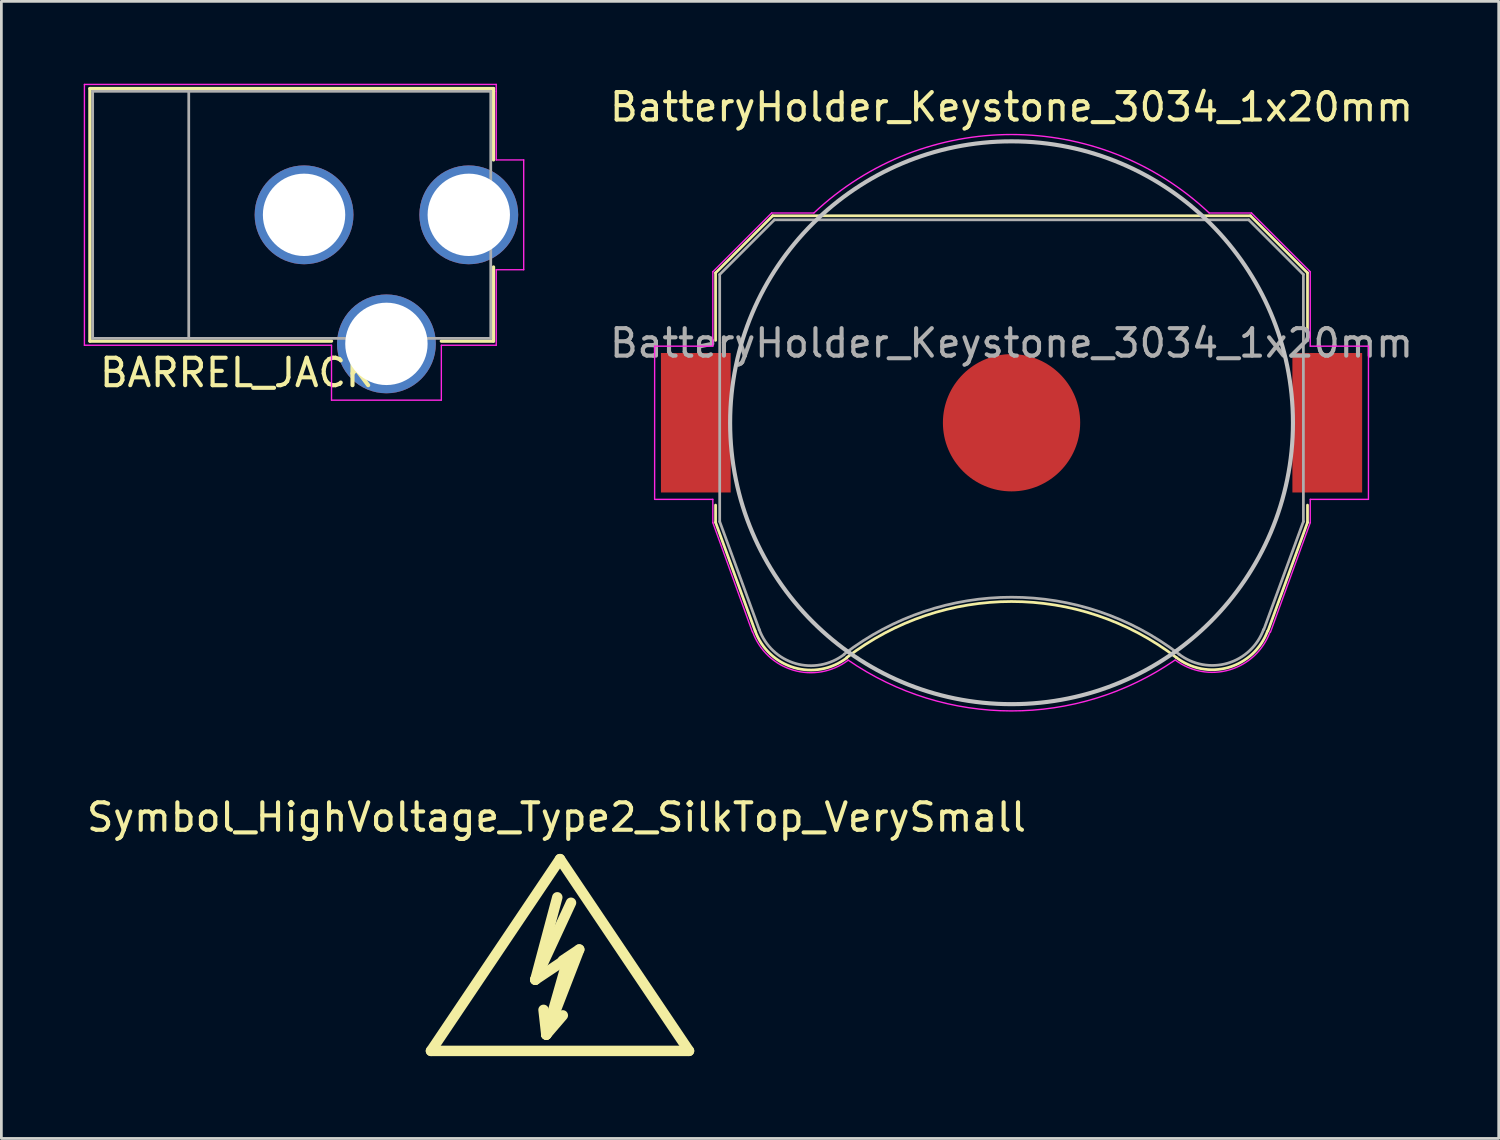
<source format=kicad_pcb>
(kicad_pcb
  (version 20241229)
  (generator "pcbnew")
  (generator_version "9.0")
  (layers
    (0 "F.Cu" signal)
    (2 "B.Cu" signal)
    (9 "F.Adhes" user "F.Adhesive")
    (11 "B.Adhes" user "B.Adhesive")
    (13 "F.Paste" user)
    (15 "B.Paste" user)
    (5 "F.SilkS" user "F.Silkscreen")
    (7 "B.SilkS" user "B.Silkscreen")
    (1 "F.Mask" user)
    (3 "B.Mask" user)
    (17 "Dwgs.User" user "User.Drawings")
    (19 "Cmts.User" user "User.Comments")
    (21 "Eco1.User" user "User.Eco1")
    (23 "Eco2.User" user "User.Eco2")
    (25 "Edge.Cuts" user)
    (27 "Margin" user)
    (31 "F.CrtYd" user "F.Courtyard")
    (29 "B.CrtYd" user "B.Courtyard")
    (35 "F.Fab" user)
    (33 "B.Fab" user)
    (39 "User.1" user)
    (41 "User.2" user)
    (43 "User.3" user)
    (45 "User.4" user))
  (footprint "BARREL_JACK"
    (layer "F.Cu")
    (at 14.025 4.775)
    (property "Reference" "BARREL_JACK" (at -8.45 5.75 180) (layer "F.SilkS") (effects (font (size 1 1) (thickness 0.15))))
    (attr through_hole)
    (fp_line (start -13.8 -4.6) (end 0.9 -4.6) (stroke (width 0.12) (type solid)) (layer "F.SilkS"))
    (fp_line (start -13.8 4.6) (end -13.8 -4.6) (stroke (width 0.12) (type solid)) (layer "F.SilkS"))
    (fp_line (start -5 4.6) (end -13.8 4.6) (stroke (width 0.12) (type solid)) (layer "F.SilkS"))
    (fp_line (start 0.9 -4.6) (end 0.9 -2) (stroke (width 0.12) (type solid)) (layer "F.SilkS"))
    (fp_line (start 0.9 1.9) (end 0.9 4.6) (stroke (width 0.12) (type solid)) (layer "F.SilkS"))
    (fp_line (start 0.9 4.6) (end -1 4.6) (stroke (width 0.12) (type solid)) (layer "F.SilkS"))
    (fp_line (start -14 4.75) (end -14 -4.75) (stroke (width 0.05) (type solid)) (layer "F.CrtYd"))
    (fp_line (start -5 4.75) (end -14 4.75) (stroke (width 0.05) (type solid)) (layer "F.CrtYd"))
    (fp_line (start -5 6.75) (end -5 4.75) (stroke (width 0.05) (type solid)) (layer "F.CrtYd"))
    (fp_line (start -1 4.75) (end -1 6.75) (stroke (width 0.05) (type solid)) (layer "F.CrtYd"))
    (fp_line (start -1 6.75) (end -5 6.75) (stroke (width 0.05) (type solid)) (layer "F.CrtYd"))
    (fp_line (start 1 -4.75) (end -14 -4.75) (stroke (width 0.05) (type solid)) (layer "F.CrtYd"))
    (fp_line (start 1 -4.5) (end 1 -4.75) (stroke (width 0.05) (type solid)) (layer "F.CrtYd"))
    (fp_line (start 1 -4.5) (end 1 -2) (stroke (width 0.05) (type solid)) (layer "F.CrtYd"))
    (fp_line (start 1 -2) (end 2 -2) (stroke (width 0.05) (type solid)) (layer "F.CrtYd"))
    (fp_line (start 1 2) (end 1 4.75) (stroke (width 0.05) (type solid)) (layer "F.CrtYd"))
    (fp_line (start 1 4.75) (end -1 4.75) (stroke (width 0.05) (type solid)) (layer "F.CrtYd"))
    (fp_line (start 2 -2) (end 2 2) (stroke (width 0.05) (type solid)) (layer "F.CrtYd"))
    (fp_line (start 2 2) (end 1 2) (stroke (width 0.05) (type solid)) (layer "F.CrtYd"))
    (fp_line (start -13.7 -4.5) (end -13.7 4.5) (stroke (width 0.1) (type solid)) (layer "F.Fab"))
    (fp_line (start -13.7 4.5) (end 0.8 4.5) (stroke (width 0.1) (type solid)) (layer "F.Fab"))
    (fp_line (start -10.2 -4.5) (end -10.2 4.5) (stroke (width 0.1) (type solid)) (layer "F.Fab"))
    (fp_line (start 0.8 -4.5) (end -13.7 -4.5) (stroke (width 0.1) (type solid)) (layer "F.Fab"))
    (fp_line (start 0.8 4.5) (end 0.8 -4.5) (stroke (width 0.1) (type solid)) (layer "F.Fab"))
    (pad "1" thru_hole circle (at 0 0) (size 3.6 3.6) (drill 3) (layers "*.Cu" "*.Mask"))
    (pad "2" thru_hole circle (at -6 0) (size 3.6 3.6) (drill 3) (layers "*.Cu" "*.Mask"))
    (pad "3" thru_hole circle (at -3 4.7) (size 3.6 3.6) (drill 3) (layers "*.Cu" "*.Mask")))
  (footprint "BatteryHolder_Keystone_3034_1x20mm"
    (layer "F.Cu")
    (at 33.794 12.348)
    (property "Reference" "BatteryHolder_Keystone_3034_1x20mm" (at 0 -11.5 0) (layer "F.SilkS") (effects (font (size 1 1) (thickness 0.15))))
    (attr smd)
    (fp_line (start -10.78 -5.46) (end -10.78 -3) (stroke (width 0.1) (type solid)) (layer "F.SilkS"))
    (fp_line (start -10.78 3) (end -10.78 3.63) (stroke (width 0.1) (type solid)) (layer "F.SilkS"))
    (fp_line (start -10.78 3.63) (end -9.34 7.58) (stroke (width 0.1) (type solid)) (layer "F.SilkS"))
    (fp_line (start -8.7 -7.54) (end -10.78 -5.46) (stroke (width 0.1) (type solid)) (layer "F.SilkS"))
    (fp_line (start 8.7 -7.54) (end -8.7 -7.54) (stroke (width 0.1) (type solid)) (layer "F.SilkS"))
    (fp_line (start 8.7 -7.54) (end 10.78 -5.46) (stroke (width 0.1) (type solid)) (layer "F.SilkS"))
    (fp_line (start 10.78 -5.46) (end 10.78 -3) (stroke (width 0.1) (type solid)) (layer "F.SilkS"))
    (fp_line (start 10.78 3) (end 10.78 3.63) (stroke (width 0.1) (type solid)) (layer "F.SilkS"))
    (fp_line (start 10.78 3.63) (end 9.34 7.58) (stroke (width 0.1) (type solid)) (layer "F.SilkS"))
    (fp_arc (start -6.0046 8.553536) (mid -0.002901 6.511341) (end 6 8.55) (stroke (width 0.1) (type solid)) (layer "F.SilkS"))
    (fp_arc (start -6.003354 8.56653) (mid -7.921654 8.918738) (end -9.34 7.58) (stroke (width 0.1) (type solid)) (layer "F.SilkS"))
    (fp_arc (start 9.325243 7.588169) (mid 7.90634 8.911668) (end 6 8.55) (stroke (width 0.1) (type solid)) (layer "F.SilkS"))
    (fp_circle (center 0 0) (end 0 10.25) (stroke (width 0.15) (type solid)) (fill no) (layer "Dwgs.User"))
    (fp_line (start -13 -2.79) (end -13 2.79) (stroke (width 0.05) (type solid)) (layer "F.CrtYd"))
    (fp_line (start -13 2.79) (end -10.88 2.79) (stroke (width 0.05) (type solid)) (layer "F.CrtYd"))
    (fp_line (start -10.88 -5.5) (end -10.88 -2.79) (stroke (width 0.05) (type solid)) (layer "F.CrtYd"))
    (fp_line (start -10.88 -2.79) (end -13 -2.79) (stroke (width 0.05) (type solid)) (layer "F.CrtYd"))
    (fp_line (start -10.88 2.79) (end -10.88 3.64) (stroke (width 0.05) (type solid)) (layer "F.CrtYd"))
    (fp_line (start -10.88 3.64) (end -9.44 7.62) (stroke (width 0.05) (type solid)) (layer "F.CrtYd"))
    (fp_line (start -8.74 -7.64) (end -10.88 -5.5) (stroke (width 0.05) (type solid)) (layer "F.CrtYd"))
    (fp_line (start -7.2 -7.64) (end -8.74 -7.64) (stroke (width 0.05) (type solid)) (layer "F.CrtYd"))
    (fp_line (start 8.74 -7.64) (end 7.2 -7.64) (stroke (width 0.05) (type solid)) (layer "F.CrtYd"))
    (fp_line (start 9.43 7.63) (end 10.88 3.64) (stroke (width 0.05) (type solid)) (layer "F.CrtYd"))
    (fp_line (start 10.88 -5.5) (end 8.74 -7.64) (stroke (width 0.05) (type solid)) (layer "F.CrtYd"))
    (fp_line (start 10.88 -2.79) (end 10.88 -5.5) (stroke (width 0.05) (type solid)) (layer "F.CrtYd"))
    (fp_line (start 10.88 2.79) (end 13 2.79) (stroke (width 0.05) (type solid)) (layer "F.CrtYd"))
    (fp_line (start 10.88 3.64) (end 10.88 2.79) (stroke (width 0.05) (type solid)) (layer "F.CrtYd"))
    (fp_line (start 13 -2.79) (end 10.88 -2.79) (stroke (width 0.05) (type solid)) (layer "F.CrtYd"))
    (fp_line (start 13 2.79) (end 13 -2.79) (stroke (width 0.05) (type solid)) (layer "F.CrtYd"))
    (fp_arc (start -7.199546 -7.640427) (mid 0.000312 -10.498075) (end 7.2 -7.64) (stroke (width 0.05) (type solid)) (layer "F.CrtYd"))
    (fp_arc (start -5.956965 8.654604) (mid -7.953941 9.011629) (end -9.43 7.62) (stroke (width 0.05) (type solid)) (layer "F.CrtYd"))
    (fp_arc (start 5.945368 8.650075) (mid -0.008883 10.496243) (end -5.96 8.64) (stroke (width 0.05) (type solid)) (layer "F.CrtYd"))
    (fp_arc (start 9.415144 7.621341) (mid 7.944017 9.000493) (end 5.96 8.64) (stroke (width 0.05) (type solid)) (layer "F.CrtYd"))
    (fp_line (start -10.63 -5.4) (end -8.64 -7.39) (stroke (width 0.1) (type solid)) (layer "F.Fab"))
    (fp_line (start -10.63 3.6) (end -10.63 -5.4) (stroke (width 0.1) (type solid)) (layer "F.Fab"))
    (fp_line (start -9.19 7.53) (end -10.63 3.6) (stroke (width 0.1) (type solid)) (layer "F.Fab"))
    (fp_line (start -8.64 -7.39) (end 8.64 -7.39) (stroke (width 0.1) (type solid)) (layer "F.Fab"))
    (fp_line (start 8.64 -7.39) (end 10.63 -5.4) (stroke (width 0.1) (type solid)) (layer "F.Fab"))
    (fp_line (start 10.63 -5.4) (end 10.63 3.6) (stroke (width 0.1) (type solid)) (layer "F.Fab"))
    (fp_line (start 10.63 3.6) (end 9.19 7.53) (stroke (width 0.1) (type solid)) (layer "F.Fab"))
    (fp_arc (start -6.096146 8.438508) (mid -7.87328 8.768206) (end -9.19 7.53) (stroke (width 0.1) (type solid)) (layer "F.Fab"))
    (fp_arc (start -6.094852 8.426043) (mid 0.003247 6.355257) (end 6.1 8.43) (stroke (width 0.1) (type solid)) (layer "F.Fab"))
    (fp_arc (start 9.180727 7.528882) (mid 7.868698 8.760067) (end 6.1 8.43) (stroke (width 0.1) (type solid)) (layer "F.Fab"))
    (fp_text user "${REFERENCE}" (at 0 -2.9 0) (layer "F.Fab") (effects (font (size 1 1) (thickness 0.15))))
    (pad "1" smd rect (at -11.5 0) (size 2.54 5.08) (layers "F.Cu" "F.Mask" "F.Paste"))
    (pad "1" smd rect (at 11.5 0) (size 2.54 5.08) (layers "F.Cu" "F.Mask" "F.Paste"))
    (pad "2" smd circle (at 0 0) (size 5 5) (layers "F.Cu" "F.Mask" "F.Paste")))
  (footprint "Symbol_HighVoltage_Type2_SilkTop_VerySmall"
    (layer "F.Cu")
    (at 17.347 32.433)
    (property "Reference" "Symbol_HighVoltage_Type2_SilkTop_VerySmall" (at -0.127 -5.715 0) (layer "F.SilkS") (effects (font (size 1 1) (thickness 0.15))))
    (attr exclude_from_pos_files exclude_from_bom)
    (fp_line (start -4.699 2.794) (end 0 -4.191) (stroke (width 0.381) (type solid)) (layer "F.SilkS"))
    (fp_line (start -0.899 0.201) (end 0.3 -0.599) (stroke (width 0.381) (type solid)) (layer "F.SilkS"))
    (fp_line (start -0.899 0.201) (end 0.401 -2.601) (stroke (width 0.381) (type solid)) (layer "F.SilkS"))
    (fp_line (start -0.498 2.2) (end -0.599 1.3) (stroke (width 0.381) (type solid)) (layer "F.SilkS"))
    (fp_line (start -0.498 2.2) (end 0.102 1.501) (stroke (width 0.381) (type solid)) (layer "F.SilkS"))
    (fp_line (start -0.498 2.2) (end 0.701 -0.899) (stroke (width 0.381) (type solid)) (layer "F.SilkS"))
    (fp_line (start -0.099 -2.799) (end -0.899 0.201) (stroke (width 0.381) (type solid)) (layer "F.SilkS"))
    (fp_line (start 0 -4.191) (end 4.699 2.794) (stroke (width 0.381) (type solid)) (layer "F.SilkS"))
    (fp_line (start 0.3 -0.599) (end -0.498 2.2) (stroke (width 0.381) (type solid)) (layer "F.SilkS"))
    (fp_line (start 0.701 -0.899) (end 0.102 -0.5) (stroke (width 0.381) (type solid)) (layer "F.SilkS"))
    (fp_line (start 4.699 2.794) (end -4.699 2.794) (stroke (width 0.381) (type solid)) (layer "F.SilkS")))
  (gr_rect
    (start -3 -3)
    (end 51.538 38.417)
    (stroke (width 0.1) (type default))
    (fill no)
    (layer "Edge.Cuts")))
</source>
